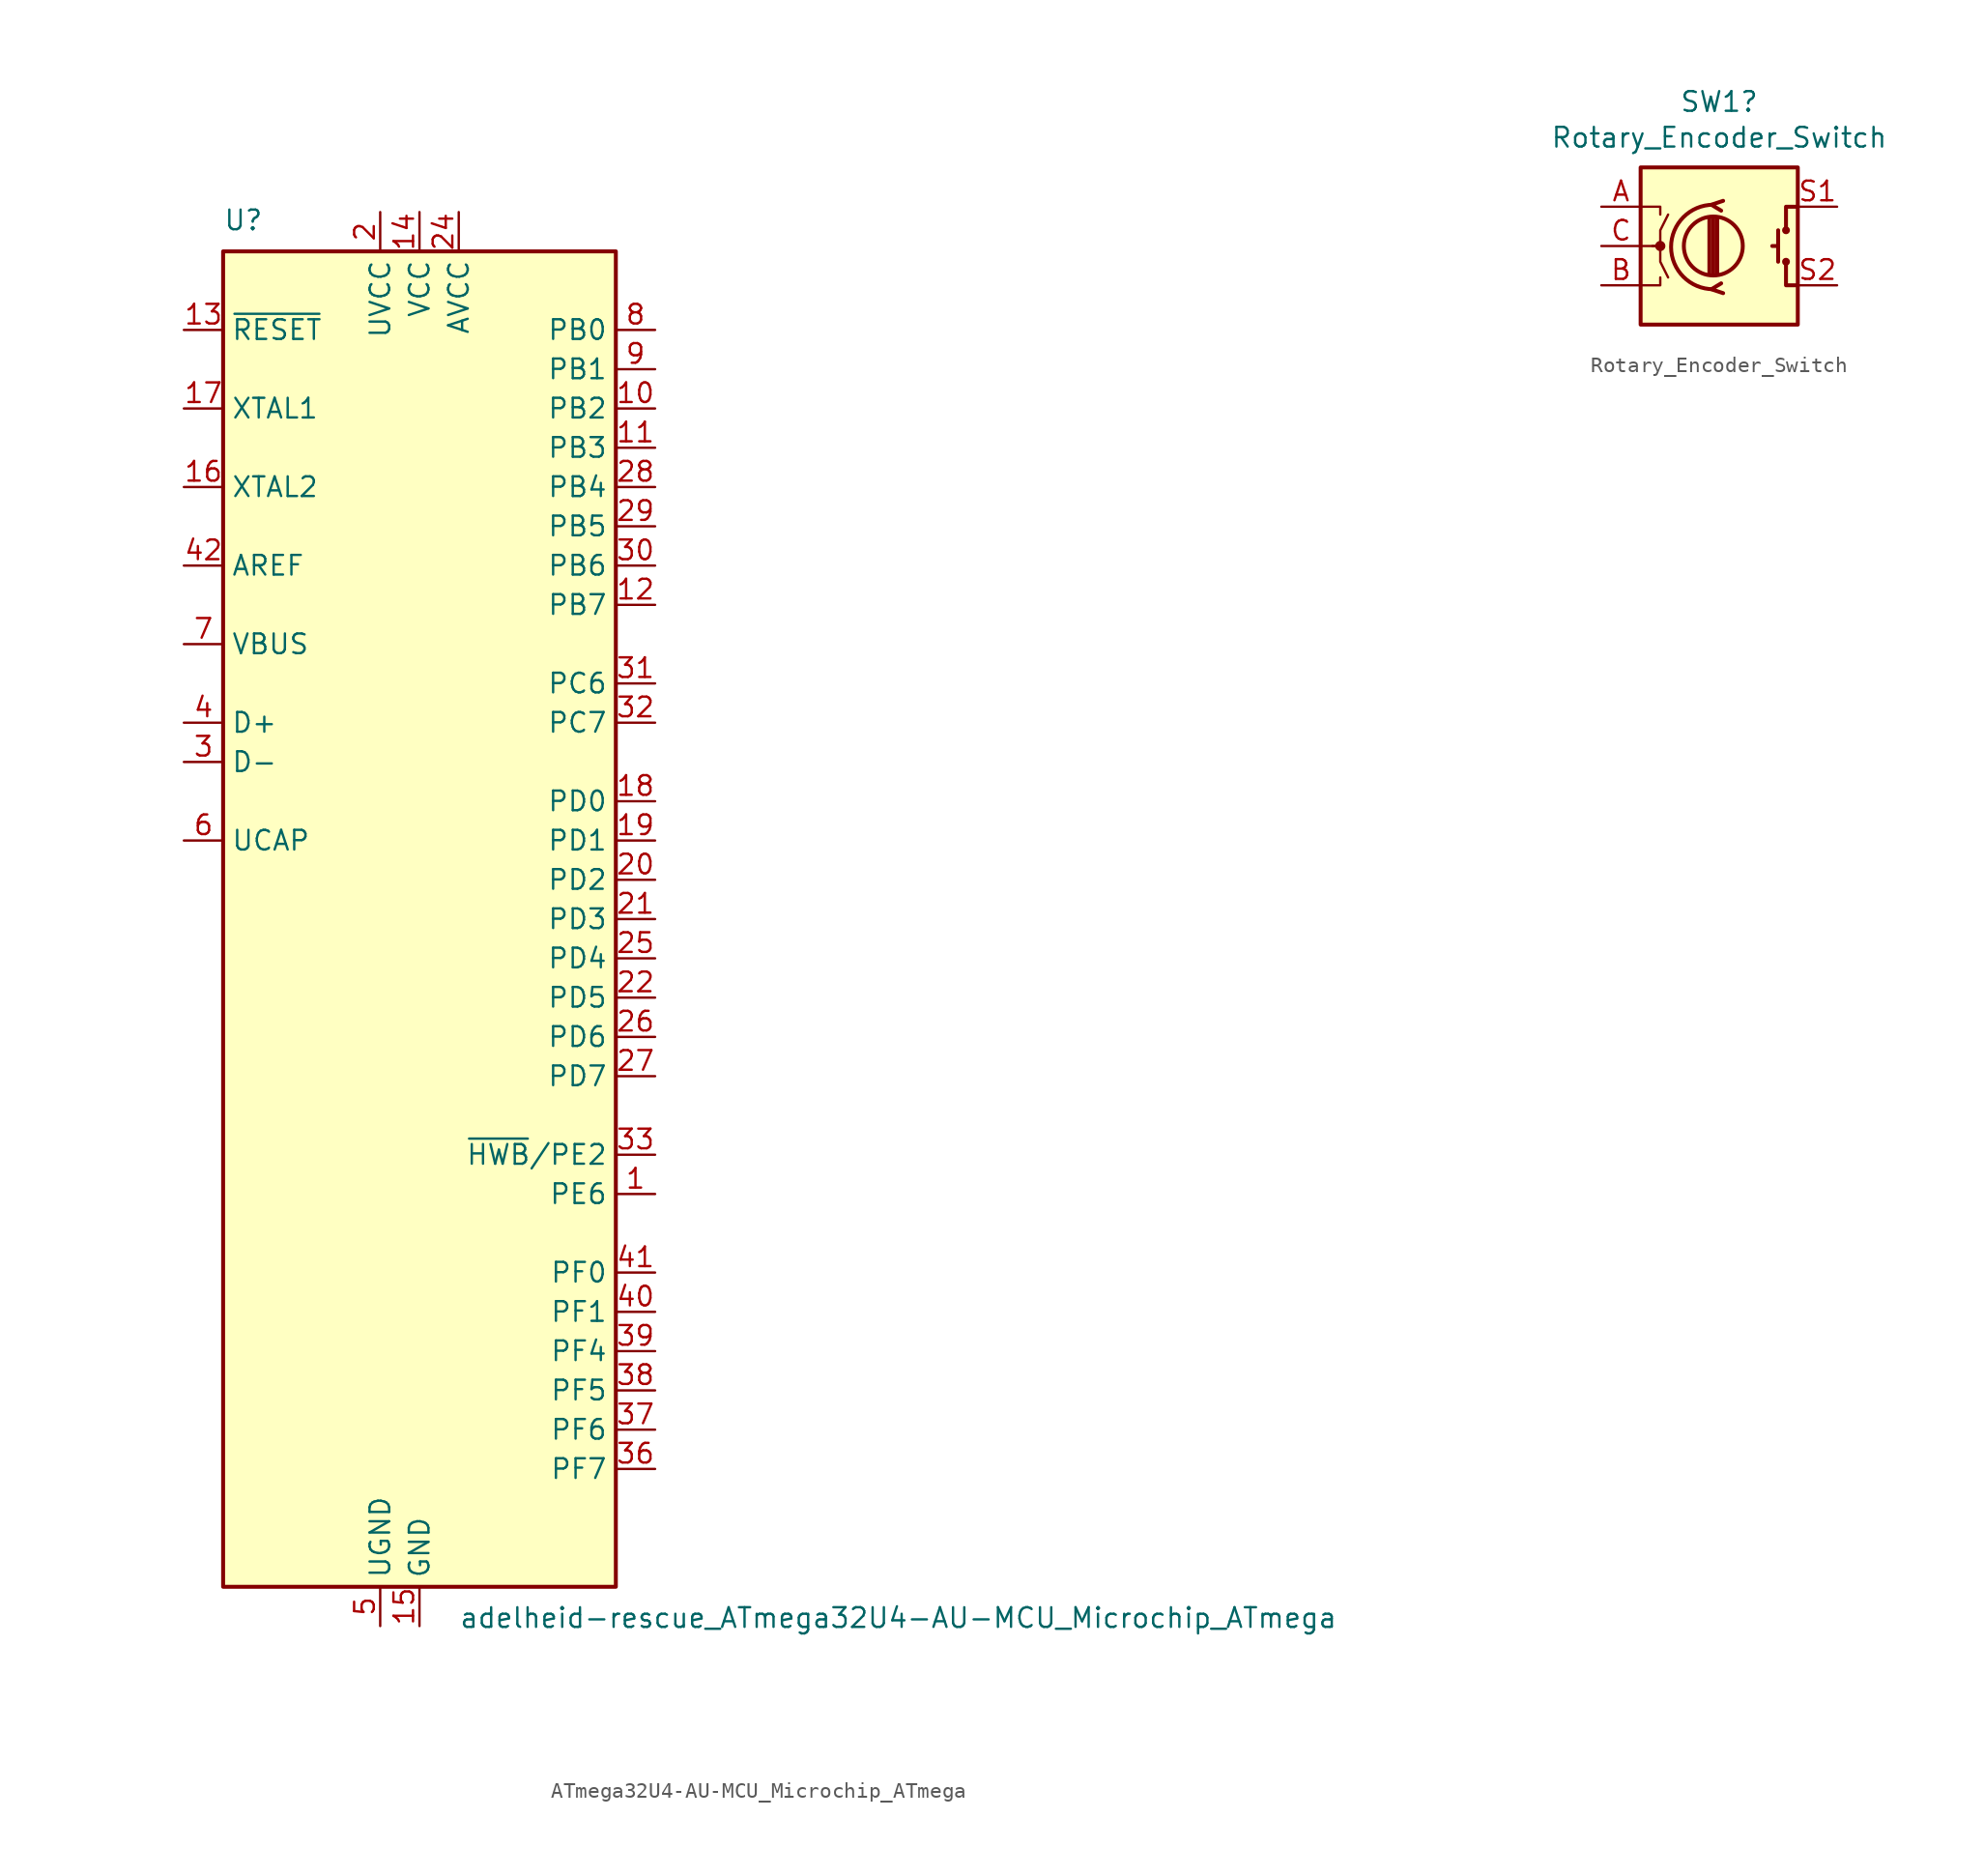
<source format=kicad_sym>
(kicad_symbol_lib
  (version 20231120)
  (generator "kicad_symbol_editor")
  (generator_version "8.0")
  (symbol "ATmega32U4-AU-MCU_Microchip_ATmega"
    (property "Reference" "U"
      (at -12.7 44.45 0)
      (effects (font (size 1.27 1.27)) (justify left bottom)))
    (property "Value" "adelheid-rescue_ATmega32U4-AU-MCU_Microchip_ATmega"
      (at 2.54 -44.45 0)
      (effects (font (size 1.27 1.27)) (justify left top)))
    (symbol "ATmega32U4-AU-MCU_Microchip_ATmega_0_1"
      (rectangle (start -12.7 -43.18) (end 12.7 43.18) (stroke (width 0.254) (type solid)) (fill (type background))))
    (symbol "ATmega32U4-AU-MCU_Microchip_ATmega_1_1"
      (pin tri_state line (at 15.24 -17.78 180) (length 2.54) (name "PE6" (effects (font (size 1.27 1.27)))) (number "1" (effects (font (size 1.27 1.27)))))
      (pin tri_state line (at 15.24 33.02 180) (length 2.54) (name "PB2" (effects (font (size 1.27 1.27)))) (number "10" (effects (font (size 1.27 1.27)))))
      (pin tri_state line (at 15.24 30.48 180) (length 2.54) (name "PB3" (effects (font (size 1.27 1.27)))) (number "11" (effects (font (size 1.27 1.27)))))
      (pin tri_state line (at 15.24 20.32 180) (length 2.54) (name "PB7" (effects (font (size 1.27 1.27)))) (number "12" (effects (font (size 1.27 1.27)))))
      (pin input line (at -15.24 38.1 0) (length 2.54) (name "~{RESET}" (effects (font (size 1.27 1.27)))) (number "13" (effects (font (size 1.27 1.27)))))
      (pin power_in line (at 0 45.72 270) (length 2.54) (name "VCC" (effects (font (size 1.27 1.27)))) (number "14" (effects (font (size 1.27 1.27)))))
      (pin power_in line (at 0 -45.72 90) (length 2.54) (name "GND" (effects (font (size 1.27 1.27)))) (number "15" (effects (font (size 1.27 1.27)))))
      (pin output line (at -15.24 27.94 0) (length 2.54) (name "XTAL2" (effects (font (size 1.27 1.27)))) (number "16" (effects (font (size 1.27 1.27)))))
      (pin input line (at -15.24 33.02 0) (length 2.54) (name "XTAL1" (effects (font (size 1.27 1.27)))) (number "17" (effects (font (size 1.27 1.27)))))
      (pin tri_state line (at 15.24 7.62 180) (length 2.54) (name "PD0" (effects (font (size 1.27 1.27)))) (number "18" (effects (font (size 1.27 1.27)))))
      (pin tri_state line (at 15.24 5.08 180) (length 2.54) (name "PD1" (effects (font (size 1.27 1.27)))) (number "19" (effects (font (size 1.27 1.27)))))
      (pin power_in line (at -2.54 45.72 270) (length 2.54) (name "UVCC" (effects (font (size 1.27 1.27)))) (number "2" (effects (font (size 1.27 1.27)))))
      (pin tri_state line (at 15.24 2.54 180) (length 2.54) (name "PD2" (effects (font (size 1.27 1.27)))) (number "20" (effects (font (size 1.27 1.27)))))
      (pin tri_state line (at 15.24 0 180) (length 2.54) (name "PD3" (effects (font (size 1.27 1.27)))) (number "21" (effects (font (size 1.27 1.27)))))
      (pin tri_state line (at 15.24 -5.08 180) (length 2.54) (name "PD5" (effects (font (size 1.27 1.27)))) (number "22" (effects (font (size 1.27 1.27)))))
      (pin passive line (at 0 -45.72 90) (length 2.54) hide (name "GND" (effects (font (size 1.27 1.27)))) (number "23" (effects (font (size 1.27 1.27)))))
      (pin power_in line (at 2.54 45.72 270) (length 2.54) (name "AVCC" (effects (font (size 1.27 1.27)))) (number "24" (effects (font (size 1.27 1.27)))))
      (pin tri_state line (at 15.24 -2.54 180) (length 2.54) (name "PD4" (effects (font (size 1.27 1.27)))) (number "25" (effects (font (size 1.27 1.27)))))
      (pin tri_state line (at 15.24 -7.62 180) (length 2.54) (name "PD6" (effects (font (size 1.27 1.27)))) (number "26" (effects (font (size 1.27 1.27)))))
      (pin tri_state line (at 15.24 -10.16 180) (length 2.54) (name "PD7" (effects (font (size 1.27 1.27)))) (number "27" (effects (font (size 1.27 1.27)))))
      (pin tri_state line (at 15.24 27.94 180) (length 2.54) (name "PB4" (effects (font (size 1.27 1.27)))) (number "28" (effects (font (size 1.27 1.27)))))
      (pin tri_state line (at 15.24 25.4 180) (length 2.54) (name "PB5" (effects (font (size 1.27 1.27)))) (number "29" (effects (font (size 1.27 1.27)))))
      (pin bidirectional line (at -15.24 10.16 0) (length 2.54) (name "D-" (effects (font (size 1.27 1.27)))) (number "3" (effects (font (size 1.27 1.27)))))
      (pin tri_state line (at 15.24 22.86 180) (length 2.54) (name "PB6" (effects (font (size 1.27 1.27)))) (number "30" (effects (font (size 1.27 1.27)))))
      (pin tri_state line (at 15.24 15.24 180) (length 2.54) (name "PC6" (effects (font (size 1.27 1.27)))) (number "31" (effects (font (size 1.27 1.27)))))
      (pin tri_state line (at 15.24 12.7 180) (length 2.54) (name "PC7" (effects (font (size 1.27 1.27)))) (number "32" (effects (font (size 1.27 1.27)))))
      (pin tri_state line (at 15.24 -15.24 180) (length 2.54) (name "~{HWB}/PE2" (effects (font (size 1.27 1.27)))) (number "33" (effects (font (size 1.27 1.27)))))
      (pin passive line (at 0 45.72 270) (length 2.54) hide (name "VCC" (effects (font (size 1.27 1.27)))) (number "34" (effects (font (size 1.27 1.27)))))
      (pin passive line (at 0 -45.72 90) (length 2.54) hide (name "GND" (effects (font (size 1.27 1.27)))) (number "35" (effects (font (size 1.27 1.27)))))
      (pin tri_state line (at 15.24 -35.56 180) (length 2.54) (name "PF7" (effects (font (size 1.27 1.27)))) (number "36" (effects (font (size 1.27 1.27)))))
      (pin tri_state line (at 15.24 -33.02 180) (length 2.54) (name "PF6" (effects (font (size 1.27 1.27)))) (number "37" (effects (font (size 1.27 1.27)))))
      (pin tri_state line (at 15.24 -30.48 180) (length 2.54) (name "PF5" (effects (font (size 1.27 1.27)))) (number "38" (effects (font (size 1.27 1.27)))))
      (pin tri_state line (at 15.24 -27.94 180) (length 2.54) (name "PF4" (effects (font (size 1.27 1.27)))) (number "39" (effects (font (size 1.27 1.27)))))
      (pin bidirectional line (at -15.24 12.7 0) (length 2.54) (name "D+" (effects (font (size 1.27 1.27)))) (number "4" (effects (font (size 1.27 1.27)))))
      (pin tri_state line (at 15.24 -25.4 180) (length 2.54) (name "PF1" (effects (font (size 1.27 1.27)))) (number "40" (effects (font (size 1.27 1.27)))))
      (pin tri_state line (at 15.24 -22.86 180) (length 2.54) (name "PF0" (effects (font (size 1.27 1.27)))) (number "41" (effects (font (size 1.27 1.27)))))
      (pin passive line (at -15.24 22.86 0) (length 2.54) (name "AREF" (effects (font (size 1.27 1.27)))) (number "42" (effects (font (size 1.27 1.27)))))
      (pin passive line (at 0 -45.72 90) (length 2.54) hide (name "GND" (effects (font (size 1.27 1.27)))) (number "43" (effects (font (size 1.27 1.27)))))
      (pin passive line (at 2.54 45.72 270) (length 2.54) hide (name "AVCC" (effects (font (size 1.27 1.27)))) (number "44" (effects (font (size 1.27 1.27)))))
      (pin passive line (at -2.54 -45.72 90) (length 2.54) (name "UGND" (effects (font (size 1.27 1.27)))) (number "5" (effects (font (size 1.27 1.27)))))
      (pin passive line (at -15.24 5.08 0) (length 2.54) (name "UCAP" (effects (font (size 1.27 1.27)))) (number "6" (effects (font (size 1.27 1.27)))))
      (pin input line (at -15.24 17.78 0) (length 2.54) (name "VBUS" (effects (font (size 1.27 1.27)))) (number "7" (effects (font (size 1.27 1.27)))))
      (pin tri_state line (at 15.24 38.1 180) (length 2.54) (name "PB0" (effects (font (size 1.27 1.27)))) (number "8" (effects (font (size 1.27 1.27)))))
      (pin tri_state line (at 15.24 35.56 180) (length 2.54) (name "PB1" (effects (font (size 1.27 1.27)))) (number "9" (effects (font (size 1.27 1.27)))))))
  (symbol "Rotary_Encoder_Switch"
    (pin_names
      (offset 0.254) hide)
    (property "Reference" "SW1"
      (at 0 9.322 0)
      (effects (font (size 1.27 1.27))))
    (property "Value" "Rotary_Encoder_Switch"
      (at 0 7.01 0)
      (effects (font (size 1.27 1.27))))
    (symbol "Rotary_Encoder_Switch_0_1"
      (rectangle (start -5.08 5.08) (end 5.08 -5.08) (stroke (width 0.254) (type solid)) (fill (type background)))
      (circle (center -3.81 0) (radius 0.254) (stroke (width 0) (type solid)) (fill (type outline)))
      (circle (center -0.381 0) (radius 1.905) (stroke (width 0.254) (type solid)) (fill (type none)))
      (arc (start -0.381 2.667) (mid -3.0988 -0.0635) (end -0.381 -2.794) (stroke (width 0.254) (type solid)) (fill (type none)))
      (polyline (pts (xy -0.635 -1.778) (xy -0.635 1.778)) (stroke (width 0.254) (type solid)) (fill (type none)))
      (polyline (pts (xy -0.381 -1.778) (xy -0.381 1.778)) (stroke (width 0.254) (type solid)) (fill (type none)))
      (polyline (pts (xy -0.127 1.778) (xy -0.127 -1.778)) (stroke (width 0.254) (type solid)) (fill (type none)))
      (polyline (pts (xy 3.81 0) (xy 3.429 0)) (stroke (width 0.254) (type solid)) (fill (type none)))
      (polyline (pts (xy 3.81 1.016) (xy 3.81 -1.016)) (stroke (width 0.254) (type solid)) (fill (type none)))
      (polyline (pts (xy -5.08 -2.54) (xy -3.81 -2.54) (xy -3.81 -2.032)) (stroke (width 0) (type solid)) (fill (type none)))
      (polyline (pts (xy -5.08 2.54) (xy -3.81 2.54) (xy -3.81 2.032)) (stroke (width 0) (type solid)) (fill (type none)))
      (polyline (pts (xy 0.254 -3.048) (xy -0.508 -2.794) (xy 0.127 -2.413)) (stroke (width 0.254) (type solid)) (fill (type none)))
      (polyline (pts (xy 0.254 2.921) (xy -0.508 2.667) (xy 0.127 2.286)) (stroke (width 0.254) (type solid)) (fill (type none)))
      (polyline (pts (xy 5.08 -2.54) (xy 4.318 -2.54) (xy 4.318 -1.016)) (stroke (width 0.254) (type solid)) (fill (type none)))
      (polyline (pts (xy 5.08 2.54) (xy 4.318 2.54) (xy 4.318 1.016)) (stroke (width 0.254) (type solid)) (fill (type none)))
      (polyline (pts (xy -5.08 0) (xy -3.81 0) (xy -3.81 -1.016) (xy -3.302 -2.032)) (stroke (width 0) (type solid)) (fill (type none)))
      (polyline (pts (xy -4.318 0) (xy -3.81 0) (xy -3.81 1.016) (xy -3.302 2.032)) (stroke (width 0) (type solid)) (fill (type none)))
      (circle (center 4.318 -1.016) (radius 0.127) (stroke (width 0.254) (type solid)) (fill (type none)))
      (circle (center 4.318 1.016) (radius 0.127) (stroke (width 0.254) (type solid)) (fill (type none))))
    (symbol "Rotary_Encoder_Switch_1_1"
      (pin passive line (at -7.62 2.54 0) (length 2.54) (name "A" (effects (font (size 1.27 1.27)))) (number "A" (effects (font (size 1.27 1.27)))))
      (pin passive line (at -7.62 -2.54 0) (length 2.54) (name "B" (effects (font (size 1.27 1.27)))) (number "B" (effects (font (size 1.27 1.27)))))
      (pin passive line (at -7.62 0 0) (length 2.54) (name "C" (effects (font (size 1.27 1.27)))) (number "C" (effects (font (size 1.27 1.27)))))
      (pin passive line (at 7.62 2.54 180) (length 2.54) (name "S1" (effects (font (size 1.27 1.27)))) (number "S1" (effects (font (size 1.27 1.27)))))
      (pin passive line (at 7.62 -2.54 180) (length 2.54) (name "S2" (effects (font (size 1.27 1.27)))) (number "S2" (effects (font (size 1.27 1.27))))))))
</source>
